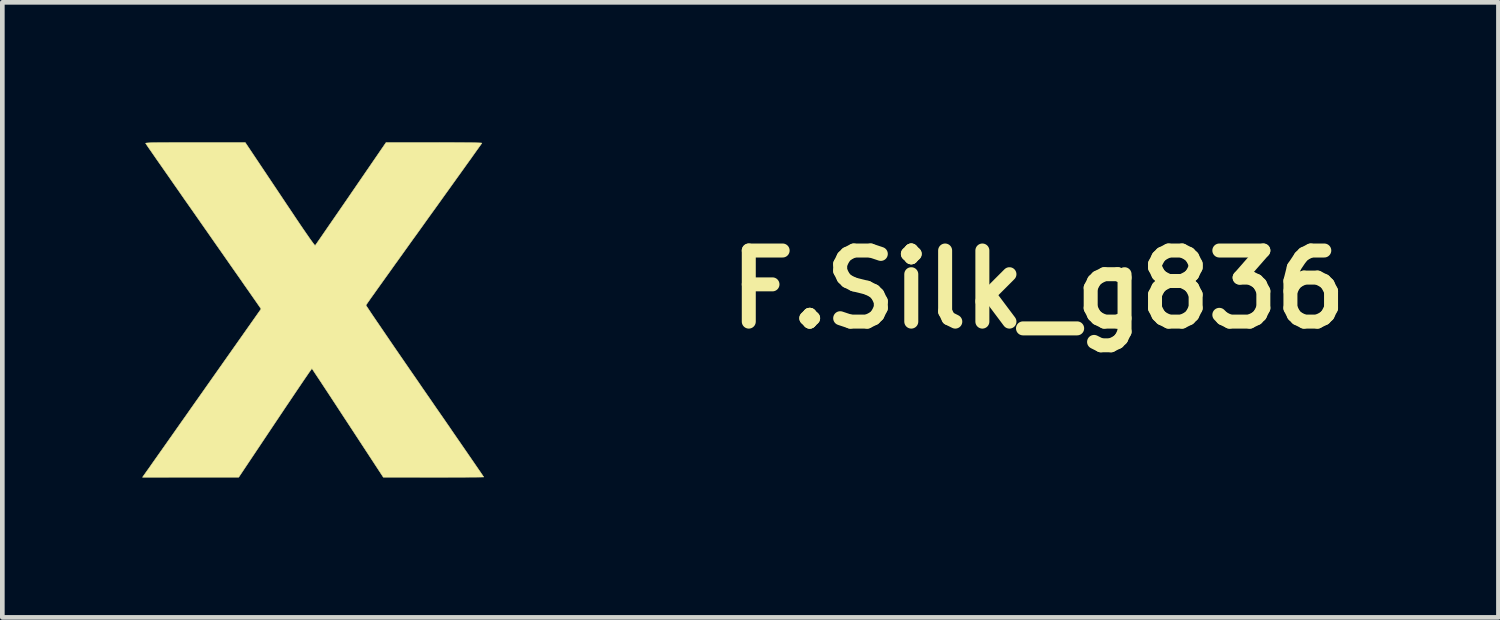
<source format=kicad_pcb>
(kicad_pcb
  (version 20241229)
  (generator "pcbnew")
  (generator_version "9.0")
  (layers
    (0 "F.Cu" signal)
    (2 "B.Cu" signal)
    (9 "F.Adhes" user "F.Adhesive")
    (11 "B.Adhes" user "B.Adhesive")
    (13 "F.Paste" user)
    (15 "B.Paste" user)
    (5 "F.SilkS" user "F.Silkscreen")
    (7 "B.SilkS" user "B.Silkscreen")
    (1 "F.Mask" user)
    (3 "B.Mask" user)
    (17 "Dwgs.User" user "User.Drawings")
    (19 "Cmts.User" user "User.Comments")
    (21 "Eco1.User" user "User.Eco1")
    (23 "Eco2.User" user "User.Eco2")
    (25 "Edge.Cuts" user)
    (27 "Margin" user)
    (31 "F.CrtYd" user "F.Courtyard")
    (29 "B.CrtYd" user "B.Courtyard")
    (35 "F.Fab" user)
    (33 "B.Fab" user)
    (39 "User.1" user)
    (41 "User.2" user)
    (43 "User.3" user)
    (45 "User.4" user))
  (footprint "F.Silk_g836"
    (layer "F.Cu")
    (at 19.207 3.155)
    (property "Reference" "F.Silk_g836" (at 0 0 0) (layer "F.SilkS") (effects (font (size 1.524 1.524) (thickness 0.3))))
    (attr through_hole)
    (fp_poly (pts (xy -12.741 -3.149) (xy -12.554 -3.149) (xy -12.391 -3.148) (xy -12.252 -3.147) (xy -12.137 -3.146) (xy -12.048 -3.144) (xy -11.982 -3.142) (xy -11.942 -3.14) (xy -11.927 -3.137) (xy -11.927 -3.137) (xy -11.935 -3.125) (xy -11.957 -3.094) (xy -11.992 -3.045) (xy -12.04 -2.978) (xy -12.099 -2.895) (xy -12.169 -2.796) (xy -12.25 -2.684) (xy -12.34 -2.558) (xy -12.439 -2.42) (xy -12.545 -2.272) (xy -12.659 -2.113) (xy -12.779 -1.946) (xy -12.904 -1.771) (xy -13.035 -1.59) (xy -13.169 -1.403) (xy -13.17 -1.401) (xy -13.304 -1.214) (xy -13.435 -1.033) (xy -13.56 -0.858) (xy -13.68 -0.69) (xy -13.794 -0.532) (xy -13.9 -0.383) (xy -13.999 -0.245) (xy -14.089 -0.119) (xy -14.17 -0.006) (xy -14.24 0.093) (xy -14.3 0.176) (xy -14.347 0.244) (xy -14.382 0.294) (xy -14.404 0.325) (xy -14.412 0.337) (xy -14.412 0.337) (xy -14.405 0.349) (xy -14.385 0.381) (xy -14.351 0.432) (xy -14.306 0.5) (xy -14.249 0.585) (xy -14.181 0.685) (xy -14.102 0.8) (xy -14.015 0.928) (xy -13.919 1.069) (xy -13.815 1.221) (xy -13.704 1.383) (xy -13.586 1.554) (xy -13.463 1.733) (xy -13.334 1.919) (xy -13.202 2.112) (xy -13.152 2.184) (xy -13.018 2.378) (xy -12.888 2.567) (xy -12.762 2.748) (xy -12.642 2.922) (xy -12.529 3.087) (xy -12.422 3.242) (xy -12.322 3.387) (xy -12.231 3.519) (xy -12.149 3.638) (xy -12.077 3.743) (xy -12.015 3.833) (xy -11.965 3.906) (xy -11.926 3.963) (xy -11.901 4.001) (xy -11.888 4.019) (xy -11.887 4.021) (xy -11.9 4.021) (xy -11.936 4.022) (xy -11.993 4.023) (xy -12.071 4.024) (xy -12.166 4.024) (xy -12.278 4.025) (xy -12.404 4.025) (xy -12.542 4.025) (xy -12.691 4.026) (xy -12.849 4.026) (xy -12.964 4.026) (xy -14.04 4.025) (xy -14.801 2.863) (xy -14.903 2.708) (xy -15.001 2.558) (xy -15.094 2.416) (xy -15.181 2.283) (xy -15.262 2.16) (xy -15.336 2.048) (xy -15.401 1.949) (xy -15.457 1.865) (xy -15.503 1.796) (xy -15.537 1.744) (xy -15.56 1.71) (xy -15.57 1.696) (xy -15.57 1.695) (xy -15.578 1.705) (xy -15.599 1.735) (xy -15.633 1.782) (xy -15.678 1.848) (xy -15.733 1.928) (xy -15.798 2.024) (xy -15.871 2.132) (xy -15.952 2.252) (xy -16.04 2.383) (xy -16.134 2.522) (xy -16.233 2.67) (xy -16.336 2.824) (xy -16.359 2.858) (xy -17.139 4.025) (xy -19.202 4.026) (xy -19.097 3.877) (xy -19.077 3.85) (xy -19.044 3.803) (xy -18.999 3.738) (xy -18.941 3.656) (xy -18.872 3.558) (xy -18.793 3.446) (xy -18.704 3.32) (xy -18.607 3.182) (xy -18.502 3.033) (xy -18.391 2.875) (xy -18.273 2.708) (xy -18.151 2.534) (xy -18.024 2.354) (xy -17.894 2.17) (xy -17.826 2.073) (xy -16.66 0.418) (xy -16.683 0.384) (xy -16.692 0.37) (xy -16.716 0.336) (xy -16.752 0.284) (xy -16.801 0.214) (xy -16.861 0.128) (xy -16.932 0.026) (xy -17.013 -0.089) (xy -17.102 -0.218) (xy -17.201 -0.359) (xy -17.307 -0.51) (xy -17.419 -0.671) (xy -17.538 -0.841) (xy -17.662 -1.018) (xy -17.79 -1.202) (xy -17.917 -1.383) (xy -18.048 -1.571) (xy -18.176 -1.754) (xy -18.3 -1.93) (xy -18.417 -2.099) (xy -18.529 -2.259) (xy -18.633 -2.409) (xy -18.73 -2.548) (xy -18.818 -2.674) (xy -18.898 -2.788) (xy -18.967 -2.888) (xy -19.025 -2.972) (xy -19.072 -3.039) (xy -19.106 -3.089) (xy -19.127 -3.121) (xy -19.135 -3.132) (xy -19.133 -3.135) (xy -19.124 -3.138) (xy -19.105 -3.14) (xy -19.077 -3.142) (xy -19.037 -3.144) (xy -18.983 -3.146) (xy -18.915 -3.147) (xy -18.83 -3.148) (xy -18.727 -3.148) (xy -18.606 -3.149) (xy -18.464 -3.149) (xy -18.299 -3.149) (xy -18.111 -3.149) (xy -18.07 -3.149) (xy -16.999 -3.149) (xy -16.256 -2.038) (xy -16.132 -1.852) (xy -16.021 -1.687) (xy -15.923 -1.54) (xy -15.837 -1.412) (xy -15.762 -1.302) (xy -15.698 -1.209) (xy -15.644 -1.131) (xy -15.6 -1.068) (xy -15.564 -1.019) (xy -15.537 -0.982) (xy -15.518 -0.958) (xy -15.506 -0.945) (xy -15.5 -0.943) (xy -15.5 -0.943) (xy -15.491 -0.955) (xy -15.468 -0.987) (xy -15.433 -1.038) (xy -15.387 -1.104) (xy -15.33 -1.187) (xy -15.264 -1.283) (xy -15.189 -1.392) (xy -15.106 -1.512) (xy -15.017 -1.641) (xy -14.922 -1.779) (xy -14.822 -1.924) (xy -14.733 -2.054) (xy -13.981 -3.15) (xy -12.952 -3.15) (xy -12.741 -3.149)) (stroke (width 0.01) (type solid)) (fill yes) (layer "F.SilkS")))
  (gr_rect
    (start -3 -3)
    (end 29.073 10.185)
    (stroke (width 0.1) (type default))
    (fill no)
    (layer "Edge.Cuts")))
</source>
